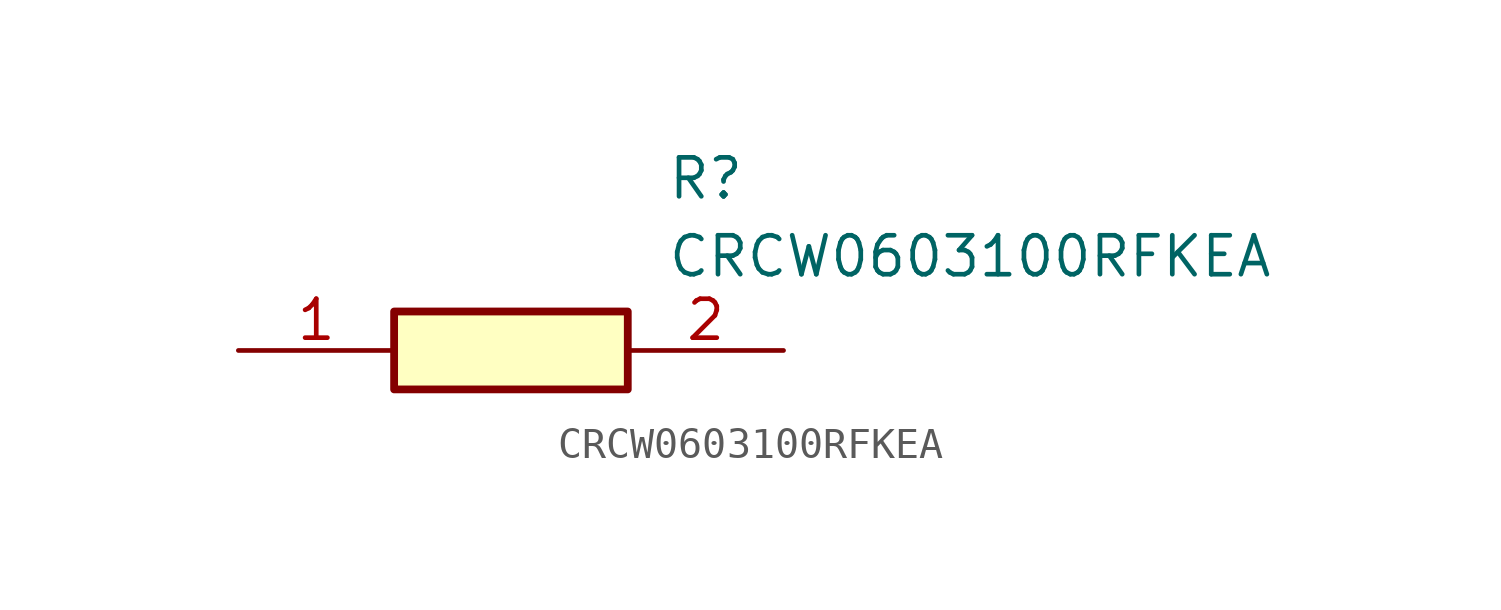
<source format=kicad_sym>
(kicad_symbol_lib
  (version 20211014)
  (generator SamacSys_ECAD_Model)
  (symbol "CRCW0603100RFKEA"
    (pin_names hide)
    (property "Reference" "R"
      (at 13.97 6.35 0)
      (effects (font (size 1.27 1.27)) (justify left top)))
    (property "Value" "CRCW0603100RFKEA"
      (at 13.97 3.81 0)
      (effects (font (size 1.27 1.27)) (justify left top)))
    (rectangle
      (start 5.08 1.27)
      (end 12.7 -1.27)
      (stroke (width 0.254) (type default))
      (fill (type background)))
    (pin passive line
      (at 0 0 0)
      (length 5.08)
      (name "1" (effects (font (size 1.27 1.27))))
      (number "1" (effects (font (size 1.27 1.27)))))
    (pin passive line
      (at 17.78 0 180)
      (length 5.08)
      (name "2" (effects (font (size 1.27 1.27))))
      (number "2" (effects (font (size 1.27 1.27)))))))
</source>
